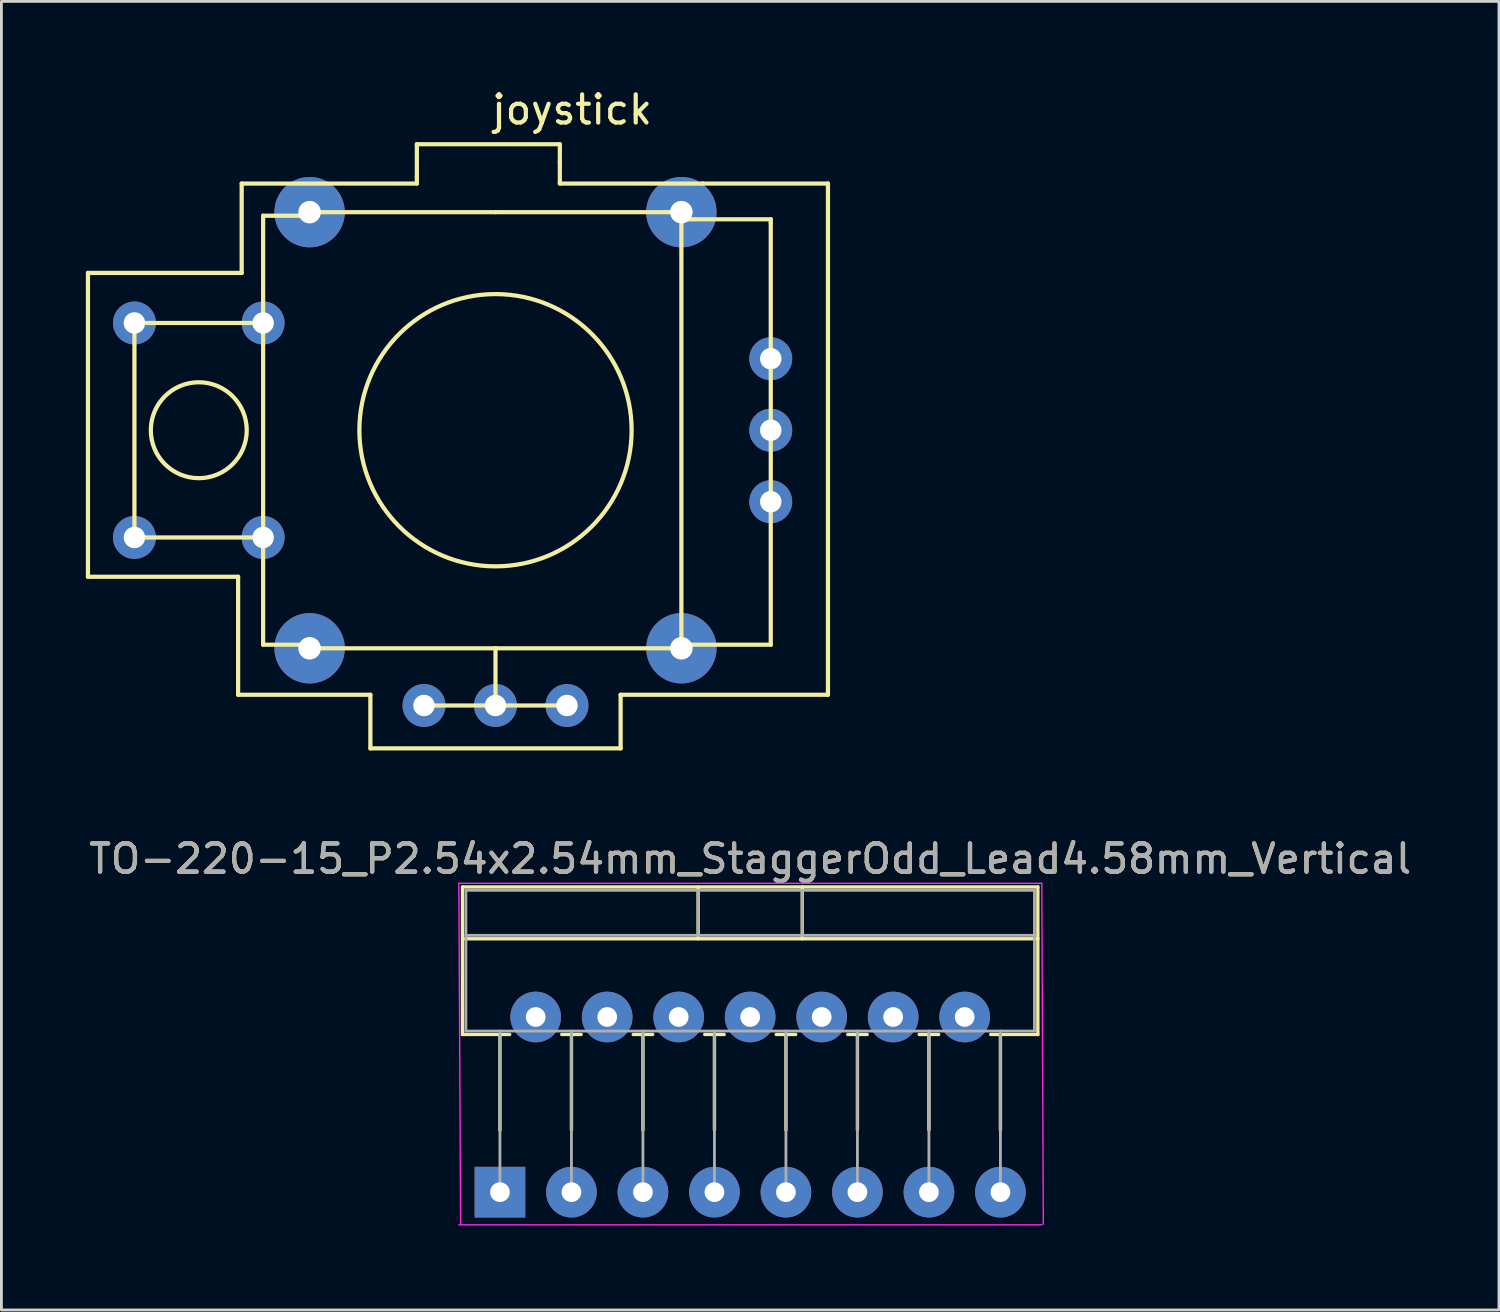
<source format=kicad_pcb>
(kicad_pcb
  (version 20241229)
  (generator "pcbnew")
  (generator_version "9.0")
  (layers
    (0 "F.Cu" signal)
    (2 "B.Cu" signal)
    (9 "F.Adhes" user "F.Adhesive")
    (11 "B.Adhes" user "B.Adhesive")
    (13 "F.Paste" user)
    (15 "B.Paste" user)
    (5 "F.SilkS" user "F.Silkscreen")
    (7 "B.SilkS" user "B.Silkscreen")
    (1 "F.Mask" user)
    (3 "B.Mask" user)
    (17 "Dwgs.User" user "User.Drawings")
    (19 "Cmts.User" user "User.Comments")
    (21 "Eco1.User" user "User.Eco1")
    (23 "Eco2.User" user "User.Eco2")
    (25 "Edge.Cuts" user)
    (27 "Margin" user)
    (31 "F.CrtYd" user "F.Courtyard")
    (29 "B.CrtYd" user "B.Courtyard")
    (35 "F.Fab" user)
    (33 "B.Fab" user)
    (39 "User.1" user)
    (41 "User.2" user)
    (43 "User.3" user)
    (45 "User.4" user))
  (footprint "joystick"
    (layer "F.Cu")
    (at 14.553 12.234)
    (property "Reference" "joystick" (at 2.72 -11.386 180) (layer "F.SilkS") (effects (font (size 1 1) (thickness 0.15))))
    (attr through_hole)
    (fp_line (start -14.478 -5.588) (end -14.478 5.207) (stroke (width 0.15) (type solid)) (layer "F.SilkS"))
    (fp_line (start -14.478 5.207) (end -9.144 5.207) (stroke (width 0.15) (type solid)) (layer "F.SilkS"))
    (fp_line (start -14.097 -5.588) (end -14.478 -5.588) (stroke (width 0.15) (type solid)) (layer "F.SilkS"))
    (fp_line (start -12.827 -3.81) (end -12.827 3.556) (stroke (width 0.15) (type solid)) (layer "F.SilkS"))
    (fp_line (start -12.827 3.81) (end -12.827 3.556) (stroke (width 0.15) (type solid)) (layer "F.SilkS"))
    (fp_line (start -9.144 5.207) (end -9.144 9.398) (stroke (width 0.15) (type solid)) (layer "F.SilkS"))
    (fp_line (start -9.144 9.398) (end -4.445 9.398) (stroke (width 0.15) (type solid)) (layer "F.SilkS"))
    (fp_line (start -9.017 -8.763) (end -9.017 -5.588) (stroke (width 0.15) (type solid)) (layer "F.SilkS"))
    (fp_line (start -9.017 -5.588) (end -14.097 -5.588) (stroke (width 0.15) (type solid)) (layer "F.SilkS"))
    (fp_line (start -8.255 -7.62) (end -6.604 -7.62) (stroke (width 0.15) (type solid)) (layer "F.SilkS"))
    (fp_line (start -8.255 -3.81) (end -12.827 -3.81) (stroke (width 0.15) (type solid)) (layer "F.SilkS"))
    (fp_line (start -8.255 3.81) (end -12.827 3.81) (stroke (width 0.15) (type solid)) (layer "F.SilkS"))
    (fp_line (start -8.255 7.62) (end -8.255 -7.62) (stroke (width 0.15) (type solid)) (layer "F.SilkS"))
    (fp_line (start -6.604 7.62) (end -8.255 7.62) (stroke (width 0.15) (type solid)) (layer "F.SilkS"))
    (fp_line (start -4.445 9.398) (end -4.445 11.303) (stroke (width 0.15) (type solid)) (layer "F.SilkS"))
    (fp_line (start -4.445 11.303) (end 4.445 11.303) (stroke (width 0.15) (type solid)) (layer "F.SilkS"))
    (fp_line (start -2.794 -10.16) (end -2.794 -9.017) (stroke (width 0.15) (type solid)) (layer "F.SilkS"))
    (fp_line (start -2.794 -9.017) (end -2.794 -8.763) (stroke (width 0.15) (type solid)) (layer "F.SilkS"))
    (fp_line (start -2.794 -8.763) (end -9.017 -8.763) (stroke (width 0.15) (type solid)) (layer "F.SilkS"))
    (fp_line (start 0 -7.747) (end -6.604 -7.747) (stroke (width 0.15) (type solid)) (layer "F.SilkS"))
    (fp_line (start 0 -7.747) (end 6.604 -7.747) (stroke (width 0.15) (type solid)) (layer "F.SilkS"))
    (fp_line (start 0 7.747) (end -6.604 7.747) (stroke (width 0.15) (type solid)) (layer "F.SilkS"))
    (fp_line (start 0 7.747) (end 0 9.779) (stroke (width 0.15) (type solid)) (layer "F.SilkS"))
    (fp_line (start 0 7.747) (end 6.604 7.747) (stroke (width 0.15) (type solid)) (layer "F.SilkS"))
    (fp_line (start 0 9.779) (end -2.54 9.779) (stroke (width 0.15) (type solid)) (layer "F.SilkS"))
    (fp_line (start 0 9.779) (end 2.54 9.779) (stroke (width 0.15) (type solid)) (layer "F.SilkS"))
    (fp_line (start 2.286 -10.16) (end -2.794 -10.16) (stroke (width 0.15) (type solid)) (layer "F.SilkS"))
    (fp_line (start 2.286 -9.525) (end 2.286 -10.16) (stroke (width 0.15) (type solid)) (layer "F.SilkS"))
    (fp_line (start 2.286 -8.763) (end 2.286 -9.525) (stroke (width 0.15) (type solid)) (layer "F.SilkS"))
    (fp_line (start 4.445 9.398) (end 11.811 9.398) (stroke (width 0.15) (type solid)) (layer "F.SilkS"))
    (fp_line (start 4.445 11.303) (end 4.445 9.398) (stroke (width 0.15) (type solid)) (layer "F.SilkS"))
    (fp_line (start 6.604 -7.747) (end 6.604 7.874) (stroke (width 0.15) (type solid)) (layer "F.SilkS"))
    (fp_line (start 6.604 7.62) (end 9.779 7.62) (stroke (width 0.15) (type solid)) (layer "F.SilkS"))
    (fp_line (start 7.366 -8.763) (end 2.286 -8.763) (stroke (width 0.15) (type solid)) (layer "F.SilkS"))
    (fp_line (start 9.779 -7.493) (end 6.604 -7.493) (stroke (width 0.15) (type solid)) (layer "F.SilkS"))
    (fp_line (start 9.779 -7.366) (end 9.779 -7.493) (stroke (width 0.15) (type solid)) (layer "F.SilkS"))
    (fp_line (start 9.779 7.62) (end 9.779 -7.366) (stroke (width 0.15) (type solid)) (layer "F.SilkS"))
    (fp_line (start 11.811 -8.763) (end 7.366 -8.763) (stroke (width 0.15) (type solid)) (layer "F.SilkS"))
    (fp_line (start 11.811 9.398) (end 11.811 -8.763) (stroke (width 0.15) (type solid)) (layer "F.SilkS"))
    (fp_circle (center -10.541 0) (end -9.779 1.524) (stroke (width 0.15) (type solid)) (fill no) (layer "F.SilkS"))
    (fp_circle (center 0 0) (end 4.191 -2.413) (stroke (width 0.15) (type solid)) (fill no) (layer "F.SilkS"))
    (pad "" np_thru_hole circle (at -6.604 -7.747) (size 2.5 2.5) (drill 0.8) (layers "*.Cu" "*.Mask"))
    (pad "" np_thru_hole circle (at -6.604 7.747) (size 2.5 2.5) (drill 0.8) (layers "*.Cu" "*.Mask"))
    (pad "" np_thru_hole circle (at 6.604 -7.747) (size 2.5 2.5) (drill 0.8) (layers "*.Cu" "*.Mask"))
    (pad "" np_thru_hole circle (at 6.604 7.747) (size 2.5 2.5) (drill 0.8) (layers "*.Cu" "*.Mask"))
    (pad "1" thru_hole circle (at 9.779 -2.54) (size 1.524 1.524) (drill 0.762) (layers "*.Cu" "*.Mask"))
    (pad "2" thru_hole circle (at 9.779 0) (size 1.524 1.524) (drill 0.762) (layers "*.Cu" "*.Mask"))
    (pad "3" thru_hole circle (at 9.779 2.54) (size 1.524 1.524) (drill 0.762) (layers "*.Cu" "*.Mask"))
    (pad "4" thru_hole circle (at -2.54 9.779) (size 1.524 1.524) (drill 0.762) (layers "*.Cu" "*.Mask"))
    (pad "5" thru_hole circle (at 0 9.779) (size 1.524 1.524) (drill 0.762) (layers "*.Cu" "*.Mask"))
    (pad "6" thru_hole circle (at 2.54 9.779) (size 1.524 1.524) (drill 0.762) (layers "*.Cu" "*.Mask"))
    (pad "7" thru_hole circle (at -8.255 -3.81) (size 1.524 1.524) (drill 0.762) (layers "*.Cu" "*.Mask"))
    (pad "7" thru_hole circle (at -8.255 3.81) (size 1.524 1.524) (drill 0.762) (layers "*.Cu" "*.Mask"))
    (pad "8" thru_hole circle (at -12.827 -3.81) (size 1.524 1.524) (drill 0.762) (layers "*.Cu" "*.Mask"))
    (pad "8" thru_hole circle (at -12.827 3.81) (size 1.524 1.524) (drill 0.762) (layers "*.Cu" "*.Mask")))
  (footprint "TO-220-15_P2.54x2.54mm_StaggerOdd_Lead4.58mm_Vertical"
    (layer "F.Cu")
    (at 14.711 39.303)
    (property "Reference" "TO-220-15_P2.54x2.54mm_StaggerOdd_Lead4.58mm_Vertical" (at 8.89 -11.843 0) (layer "F.SilkS") (effects (font (size 1 1) (thickness 0.15))))
    (attr through_hole)
    (fp_line (start -1.33 -10.843) (end -1.33 -5.602) (stroke (width 0.12) (type solid)) (layer "F.SilkS"))
    (fp_line (start -1.33 -10.843) (end 19.11 -10.843) (stroke (width 0.12) (type solid)) (layer "F.SilkS"))
    (fp_line (start -1.33 -9.003) (end 19.11 -9.003) (stroke (width 0.12) (type solid)) (layer "F.SilkS"))
    (fp_line (start -1.33 -5.602) (end 0.346 -5.602) (stroke (width 0.12) (type solid)) (layer "F.SilkS"))
    (fp_line (start 0 -5.602) (end 0 -2.193) (stroke (width 0.12) (type solid)) (layer "F.SilkS"))
    (fp_line (start 2.195 -5.602) (end 2.886 -5.602) (stroke (width 0.12) (type solid)) (layer "F.SilkS"))
    (fp_line (start 2.54 -5.602) (end 2.54 -2.208) (stroke (width 0.12) (type solid)) (layer "F.SilkS"))
    (fp_line (start 4.735 -5.602) (end 5.426 -5.602) (stroke (width 0.12) (type solid)) (layer "F.SilkS"))
    (fp_line (start 5.08 -5.602) (end 5.08 -2.208) (stroke (width 0.12) (type solid)) (layer "F.SilkS"))
    (fp_line (start 7.041 -10.843) (end 7.041 -9.003) (stroke (width 0.12) (type solid)) (layer "F.SilkS"))
    (fp_line (start 7.275 -5.602) (end 7.966 -5.602) (stroke (width 0.12) (type solid)) (layer "F.SilkS"))
    (fp_line (start 7.62 -5.602) (end 7.62 -2.208) (stroke (width 0.12) (type solid)) (layer "F.SilkS"))
    (fp_line (start 9.815 -5.602) (end 10.506 -5.602) (stroke (width 0.12) (type solid)) (layer "F.SilkS"))
    (fp_line (start 10.16 -5.602) (end 10.16 -2.208) (stroke (width 0.12) (type solid)) (layer "F.SilkS"))
    (fp_line (start 10.74 -10.843) (end 10.74 -9.003) (stroke (width 0.12) (type solid)) (layer "F.SilkS"))
    (fp_line (start 12.355 -5.602) (end 13.046 -5.602) (stroke (width 0.12) (type solid)) (layer "F.SilkS"))
    (fp_line (start 12.7 -5.602) (end 12.7 -2.208) (stroke (width 0.12) (type solid)) (layer "F.SilkS"))
    (fp_line (start 14.895 -5.602) (end 15.586 -5.602) (stroke (width 0.12) (type solid)) (layer "F.SilkS"))
    (fp_line (start 15.24 -5.602) (end 15.24 -2.208) (stroke (width 0.12) (type solid)) (layer "F.SilkS"))
    (fp_line (start 17.435 -5.602) (end 19.11 -5.602) (stroke (width 0.12) (type solid)) (layer "F.SilkS"))
    (fp_line (start 17.78 -5.602) (end 17.78 -2.208) (stroke (width 0.12) (type solid)) (layer "F.SilkS"))
    (fp_line (start 19.11 -10.843) (end 19.11 -5.602) (stroke (width 0.12) (type solid)) (layer "F.SilkS"))
    (fp_line (start -1.46 -10.973) (end -1.397 1.143) (stroke (width 0.05) (type solid)) (layer "F.CrtYd"))
    (fp_line (start -1.46 1.16) (end 19.25 1.16) (stroke (width 0.05) (type solid)) (layer "F.CrtYd"))
    (fp_line (start 19.25 -10.973) (end -1.46 -10.973) (stroke (width 0.05) (type solid)) (layer "F.CrtYd"))
    (fp_line (start 19.304 1.143) (end 19.25 -10.973) (stroke (width 0.05) (type solid)) (layer "F.CrtYd"))
    (fp_line (start -1.21 -10.723) (end -1.21 -5.723) (stroke (width 0.1) (type solid)) (layer "F.Fab"))
    (fp_line (start -1.21 -9.123) (end 18.99 -9.123) (stroke (width 0.1) (type solid)) (layer "F.Fab"))
    (fp_line (start -1.21 -5.723) (end 18.99 -5.723) (stroke (width 0.1) (type solid)) (layer "F.Fab"))
    (fp_line (start 0 -5.723) (end 0 -0.127) (stroke (width 0.1) (type solid)) (layer "F.Fab"))
    (fp_line (start 2.54 -5.723) (end 2.54 0) (stroke (width 0.1) (type solid)) (layer "F.Fab"))
    (fp_line (start 5.08 -5.723) (end 5.08 0) (stroke (width 0.1) (type solid)) (layer "F.Fab"))
    (fp_line (start 7.04 -10.723) (end 7.04 -9.123) (stroke (width 0.1) (type solid)) (layer "F.Fab"))
    (fp_line (start 7.62 -5.723) (end 7.62 -0.127) (stroke (width 0.1) (type solid)) (layer "F.Fab"))
    (fp_line (start 10.16 -5.723) (end 10.16 -0.127) (stroke (width 0.1) (type solid)) (layer "F.Fab"))
    (fp_line (start 10.74 -10.723) (end 10.74 -9.123) (stroke (width 0.1) (type solid)) (layer "F.Fab"))
    (fp_line (start 12.7 -5.723) (end 12.7 0) (stroke (width 0.1) (type solid)) (layer "F.Fab"))
    (fp_line (start 15.24 -5.723) (end 15.24 -0.127) (stroke (width 0.1) (type solid)) (layer "F.Fab"))
    (fp_line (start 17.78 -5.723) (end 17.78 0) (stroke (width 0.1) (type solid)) (layer "F.Fab"))
    (fp_line (start 18.99 -10.723) (end -1.21 -10.723) (stroke (width 0.1) (type solid)) (layer "F.Fab"))
    (fp_line (start 18.99 -5.723) (end 18.99 -10.723) (stroke (width 0.1) (type solid)) (layer "F.Fab"))
    (fp_text user "${REFERENCE}" (at 8.89 -11.843 0) (layer "F.Fab") (effects (font (size 1 1) (thickness 0.15))))
    (pad "1" thru_hole rect (at 0 0) (size 1.8 1.8) (drill 0.7) (layers "*.Cu" "*.Mask"))
    (pad "2" thru_hole oval (at 1.27 -6.223) (size 1.8 1.8) (drill 0.7) (layers "*.Cu" "*.Mask"))
    (pad "3" thru_hole oval (at 2.54 0) (size 1.8 1.8) (drill 0.7) (layers "*.Cu" "*.Mask"))
    (pad "4" thru_hole oval (at 3.81 -6.223) (size 1.8 1.8) (drill 0.7) (layers "*.Cu" "*.Mask"))
    (pad "5" thru_hole oval (at 5.08 0) (size 1.8 1.8) (drill 0.7) (layers "*.Cu" "*.Mask"))
    (pad "6" thru_hole oval (at 6.35 -6.223) (size 1.8 1.8) (drill 0.7) (layers "*.Cu" "*.Mask"))
    (pad "7" thru_hole oval (at 7.62 0) (size 1.8 1.8) (drill 0.7) (layers "*.Cu" "*.Mask"))
    (pad "8" thru_hole oval (at 8.89 -6.223) (size 1.8 1.8) (drill 0.7) (layers "*.Cu" "*.Mask"))
    (pad "9" thru_hole oval (at 10.16 0) (size 1.8 1.8) (drill 0.7) (layers "*.Cu" "*.Mask"))
    (pad "10" thru_hole oval (at 11.43 -6.223) (size 1.8 1.8) (drill 0.7) (layers "*.Cu" "*.Mask"))
    (pad "11" thru_hole oval (at 12.7 0) (size 1.8 1.8) (drill 0.7) (layers "*.Cu" "*.Mask"))
    (pad "12" thru_hole oval (at 13.97 -6.223) (size 1.8 1.8) (drill 0.7) (layers "*.Cu" "*.Mask"))
    (pad "13" thru_hole oval (at 15.24 0) (size 1.8 1.8) (drill 0.7) (layers "*.Cu" "*.Mask"))
    (pad "14" thru_hole oval (at 16.51 -6.223) (size 1.8 1.8) (drill 0.7) (layers "*.Cu" "*.Mask"))
    (pad "15" thru_hole oval (at 17.78 0) (size 1.8 1.8) (drill 0.7) (layers "*.Cu" "*.Mask")))
  (gr_rect
    (start -3 -3)
    (end 50.202 43.488)
    (stroke (width 0.1) (type default))
    (fill no)
    (layer "Edge.Cuts")))
</source>
